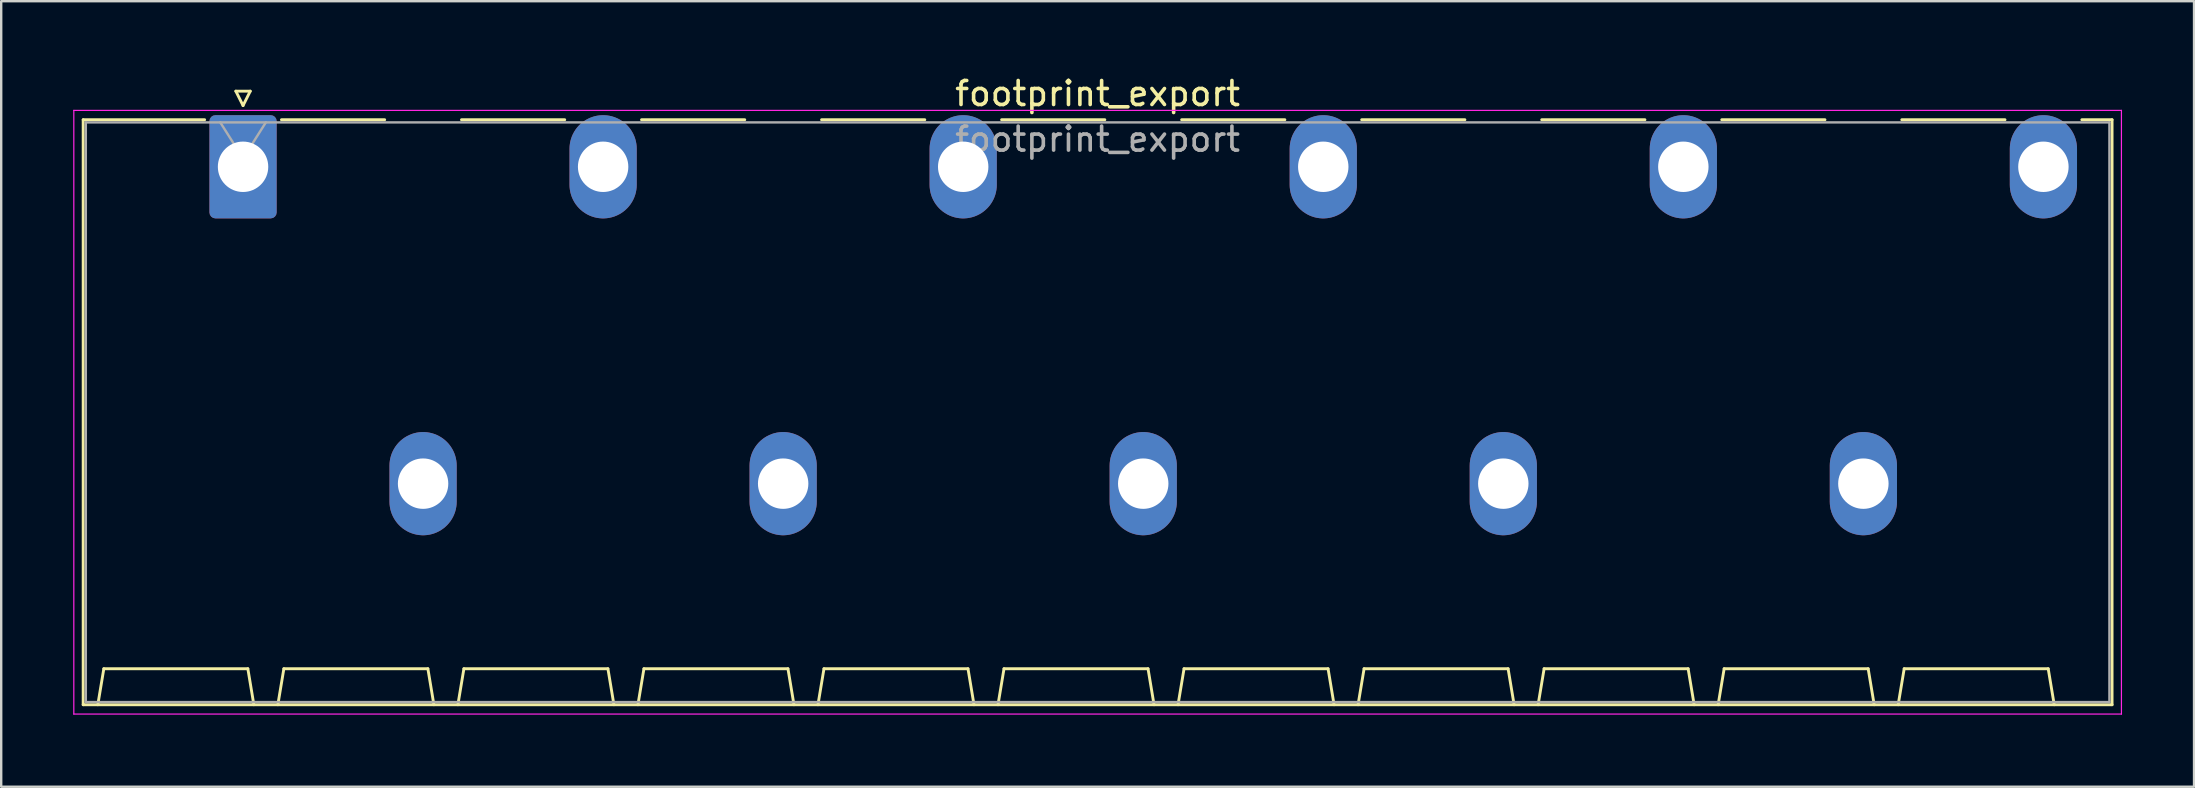
<source format=kicad_pcb>
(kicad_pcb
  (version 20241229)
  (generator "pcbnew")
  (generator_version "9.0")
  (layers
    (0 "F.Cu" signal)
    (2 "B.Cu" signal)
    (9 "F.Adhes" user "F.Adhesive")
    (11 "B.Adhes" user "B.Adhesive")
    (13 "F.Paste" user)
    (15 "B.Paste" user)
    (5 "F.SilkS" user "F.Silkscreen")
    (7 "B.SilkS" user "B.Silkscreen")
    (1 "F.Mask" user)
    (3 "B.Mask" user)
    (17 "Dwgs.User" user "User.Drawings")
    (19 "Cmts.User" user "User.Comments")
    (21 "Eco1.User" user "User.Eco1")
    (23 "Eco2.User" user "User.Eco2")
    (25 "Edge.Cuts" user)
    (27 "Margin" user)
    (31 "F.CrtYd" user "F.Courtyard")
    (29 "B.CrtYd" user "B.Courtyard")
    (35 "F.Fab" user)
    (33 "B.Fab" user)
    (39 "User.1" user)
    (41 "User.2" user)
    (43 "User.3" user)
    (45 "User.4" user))
  (footprint "footprint_export"
    (layer "F.Cu")
    (at 7.075 3.898)
    (property "Reference" "footprint_export" (at 35.6 -3.05 0) (layer "F.SilkS") (effects (font (size 1 1) (thickness 0.15))))
    (attr through_hole)
    (fp_line (start -6.66 -1.96) (end -1.6 -1.96) (stroke (width 0.12) (type solid)) (layer "F.SilkS"))
    (fp_line (start -6.66 22.41) (end -6.66 -1.96) (stroke (width 0.12) (type solid)) (layer "F.SilkS"))
    (fp_line (start -6.05 22.41) (end -5.8 20.91) (stroke (width 0.12) (type solid)) (layer "F.SilkS"))
    (fp_line (start -5.8 20.91) (end 0.2 20.91) (stroke (width 0.12) (type solid)) (layer "F.SilkS"))
    (fp_line (start -0.3 -3.15) (end 0 -2.55) (stroke (width 0.12) (type solid)) (layer "F.SilkS"))
    (fp_line (start -0.3 -3.15) (end 0.3 -3.15) (stroke (width 0.12) (type solid)) (layer "F.SilkS"))
    (fp_line (start 0.3 -3.15) (end 0 -2.55) (stroke (width 0.12) (type solid)) (layer "F.SilkS"))
    (fp_line (start 0.45 22.41) (end 0.2 20.91) (stroke (width 0.12) (type solid)) (layer "F.SilkS"))
    (fp_line (start 1.45 22.41) (end 1.7 20.91) (stroke (width 0.12) (type solid)) (layer "F.SilkS"))
    (fp_line (start 1.6 -1.96) (end 5.9 -1.96) (stroke (width 0.12) (type solid)) (layer "F.SilkS"))
    (fp_line (start 1.7 20.91) (end 7.7 20.91) (stroke (width 0.12) (type solid)) (layer "F.SilkS"))
    (fp_line (start 7.95 22.41) (end 7.7 20.91) (stroke (width 0.12) (type solid)) (layer "F.SilkS"))
    (fp_line (start 8.95 22.41) (end 9.2 20.91) (stroke (width 0.12) (type solid)) (layer "F.SilkS"))
    (fp_line (start 9.1 -1.96) (end 13.4 -1.96) (stroke (width 0.12) (type solid)) (layer "F.SilkS"))
    (fp_line (start 9.2 20.91) (end 15.2 20.91) (stroke (width 0.12) (type solid)) (layer "F.SilkS"))
    (fp_line (start 15.45 22.41) (end 15.2 20.91) (stroke (width 0.12) (type solid)) (layer "F.SilkS"))
    (fp_line (start 16.45 22.41) (end 16.7 20.91) (stroke (width 0.12) (type solid)) (layer "F.SilkS"))
    (fp_line (start 16.6 -1.96) (end 20.9 -1.96) (stroke (width 0.12) (type solid)) (layer "F.SilkS"))
    (fp_line (start 16.7 20.91) (end 22.7 20.91) (stroke (width 0.12) (type solid)) (layer "F.SilkS"))
    (fp_line (start 22.95 22.41) (end 22.7 20.91) (stroke (width 0.12) (type solid)) (layer "F.SilkS"))
    (fp_line (start 23.95 22.41) (end 24.2 20.91) (stroke (width 0.12) (type solid)) (layer "F.SilkS"))
    (fp_line (start 24.1 -1.96) (end 28.4 -1.96) (stroke (width 0.12) (type solid)) (layer "F.SilkS"))
    (fp_line (start 24.2 20.91) (end 30.2 20.91) (stroke (width 0.12) (type solid)) (layer "F.SilkS"))
    (fp_line (start 30.45 22.41) (end 30.2 20.91) (stroke (width 0.12) (type solid)) (layer "F.SilkS"))
    (fp_line (start 31.45 22.41) (end 31.7 20.91) (stroke (width 0.12) (type solid)) (layer "F.SilkS"))
    (fp_line (start 31.6 -1.96) (end 35.9 -1.96) (stroke (width 0.12) (type solid)) (layer "F.SilkS"))
    (fp_line (start 31.7 20.91) (end 37.7 20.91) (stroke (width 0.12) (type solid)) (layer "F.SilkS"))
    (fp_line (start 37.95 22.41) (end 37.7 20.91) (stroke (width 0.12) (type solid)) (layer "F.SilkS"))
    (fp_line (start 38.95 22.41) (end 39.2 20.91) (stroke (width 0.12) (type solid)) (layer "F.SilkS"))
    (fp_line (start 39.1 -1.96) (end 43.4 -1.96) (stroke (width 0.12) (type solid)) (layer "F.SilkS"))
    (fp_line (start 39.2 20.91) (end 45.2 20.91) (stroke (width 0.12) (type solid)) (layer "F.SilkS"))
    (fp_line (start 45.45 22.41) (end 45.2 20.91) (stroke (width 0.12) (type solid)) (layer "F.SilkS"))
    (fp_line (start 46.45 22.41) (end 46.7 20.91) (stroke (width 0.12) (type solid)) (layer "F.SilkS"))
    (fp_line (start 46.6 -1.96) (end 50.9 -1.96) (stroke (width 0.12) (type solid)) (layer "F.SilkS"))
    (fp_line (start 46.7 20.91) (end 52.7 20.91) (stroke (width 0.12) (type solid)) (layer "F.SilkS"))
    (fp_line (start 52.95 22.41) (end 52.7 20.91) (stroke (width 0.12) (type solid)) (layer "F.SilkS"))
    (fp_line (start 53.95 22.41) (end 54.2 20.91) (stroke (width 0.12) (type solid)) (layer "F.SilkS"))
    (fp_line (start 54.1 -1.96) (end 58.4 -1.96) (stroke (width 0.12) (type solid)) (layer "F.SilkS"))
    (fp_line (start 54.2 20.91) (end 60.2 20.91) (stroke (width 0.12) (type solid)) (layer "F.SilkS"))
    (fp_line (start 60.45 22.41) (end 60.2 20.91) (stroke (width 0.12) (type solid)) (layer "F.SilkS"))
    (fp_line (start 61.45 22.41) (end 61.7 20.91) (stroke (width 0.12) (type solid)) (layer "F.SilkS"))
    (fp_line (start 61.6 -1.96) (end 65.9 -1.96) (stroke (width 0.12) (type solid)) (layer "F.SilkS"))
    (fp_line (start 61.7 20.91) (end 67.7 20.91) (stroke (width 0.12) (type solid)) (layer "F.SilkS"))
    (fp_line (start 67.95 22.41) (end 67.7 20.91) (stroke (width 0.12) (type solid)) (layer "F.SilkS"))
    (fp_line (start 68.95 22.41) (end 69.2 20.91) (stroke (width 0.12) (type solid)) (layer "F.SilkS"))
    (fp_line (start 69.1 -1.96) (end 73.4 -1.96) (stroke (width 0.12) (type solid)) (layer "F.SilkS"))
    (fp_line (start 69.2 20.91) (end 75.2 20.91) (stroke (width 0.12) (type solid)) (layer "F.SilkS"))
    (fp_line (start 75.45 22.41) (end 75.2 20.91) (stroke (width 0.12) (type solid)) (layer "F.SilkS"))
    (fp_line (start 76.6 -1.96) (end 77.86 -1.96) (stroke (width 0.12) (type solid)) (layer "F.SilkS"))
    (fp_line (start 77.86 -1.96) (end 77.86 22.41) (stroke (width 0.12) (type solid)) (layer "F.SilkS"))
    (fp_line (start 77.86 22.41) (end -6.66 22.41) (stroke (width 0.12) (type solid)) (layer "F.SilkS"))
    (fp_line (start -7.05 -2.35) (end -7.05 22.8) (stroke (width 0.05) (type solid)) (layer "F.CrtYd"))
    (fp_line (start -7.05 22.8) (end 78.25 22.8) (stroke (width 0.05) (type solid)) (layer "F.CrtYd"))
    (fp_line (start 78.25 -2.35) (end -7.05 -2.35) (stroke (width 0.05) (type solid)) (layer "F.CrtYd"))
    (fp_line (start 78.25 22.8) (end 78.25 -2.35) (stroke (width 0.05) (type solid)) (layer "F.CrtYd"))
    (fp_line (start -6.55 -1.85) (end -6.55 22.3) (stroke (width 0.1) (type solid)) (layer "F.Fab"))
    (fp_line (start -6.55 22.3) (end 77.75 22.3) (stroke (width 0.1) (type solid)) (layer "F.Fab"))
    (fp_line (start -0.95 -1.85) (end 0 -0.35) (stroke (width 0.1) (type solid)) (layer "F.Fab"))
    (fp_line (start 0.95 -1.85) (end 0 -0.35) (stroke (width 0.1) (type solid)) (layer "F.Fab"))
    (fp_line (start 77.75 -1.85) (end -6.55 -1.85) (stroke (width 0.1) (type solid)) (layer "F.Fab"))
    (fp_line (start 77.75 22.3) (end 77.75 -1.85) (stroke (width 0.1) (type solid)) (layer "F.Fab"))
    (fp_text user "${REFERENCE}" (at 35.6 -1.15 0) (layer "F.Fab") (effects (font (size 1 1) (thickness 0.15))))
    (pad "1" thru_hole roundrect (at 0 0) (size 2.8 4.3) (drill 2.1) (layers "*.Cu" "*.Mask") (roundrect_rratio 0.089))
    (pad "2" thru_hole oval (at 7.5 13.2) (size 2.8 4.3) (drill 2.1) (layers "*.Cu" "*.Mask"))
    (pad "3" thru_hole oval (at 15 0) (size 2.8 4.3) (drill 2.1) (layers "*.Cu" "*.Mask"))
    (pad "4" thru_hole oval (at 22.5 13.2) (size 2.8 4.3) (drill 2.1) (layers "*.Cu" "*.Mask"))
    (pad "5" thru_hole oval (at 30 0) (size 2.8 4.3) (drill 2.1) (layers "*.Cu" "*.Mask"))
    (pad "6" thru_hole oval (at 37.5 13.2) (size 2.8 4.3) (drill 2.1) (layers "*.Cu" "*.Mask"))
    (pad "7" thru_hole oval (at 45 0) (size 2.8 4.3) (drill 2.1) (layers "*.Cu" "*.Mask"))
    (pad "8" thru_hole oval (at 52.5 13.2) (size 2.8 4.3) (drill 2.1) (layers "*.Cu" "*.Mask"))
    (pad "9" thru_hole oval (at 60 0) (size 2.8 4.3) (drill 2.1) (layers "*.Cu" "*.Mask"))
    (pad "10" thru_hole oval (at 67.5 13.2) (size 2.8 4.3) (drill 2.1) (layers "*.Cu" "*.Mask"))
    (pad "11" thru_hole oval (at 75 0) (size 2.8 4.3) (drill 2.1) (layers "*.Cu" "*.Mask")))
  (gr_rect
    (start -3 -3)
    (end 88.35 29.723)
    (stroke (width 0.1) (type default))
    (fill no)
    (layer "Edge.Cuts")))
</source>
